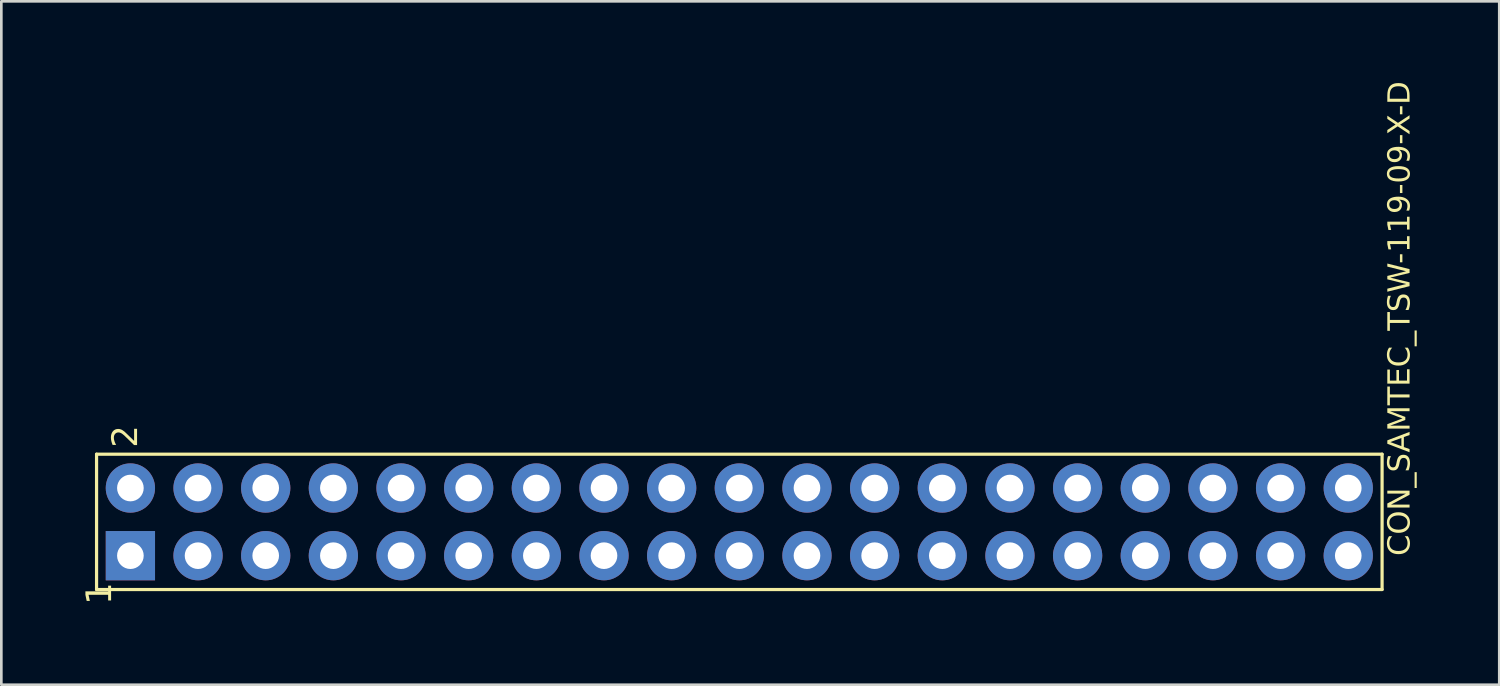
<source format=kicad_pcb>
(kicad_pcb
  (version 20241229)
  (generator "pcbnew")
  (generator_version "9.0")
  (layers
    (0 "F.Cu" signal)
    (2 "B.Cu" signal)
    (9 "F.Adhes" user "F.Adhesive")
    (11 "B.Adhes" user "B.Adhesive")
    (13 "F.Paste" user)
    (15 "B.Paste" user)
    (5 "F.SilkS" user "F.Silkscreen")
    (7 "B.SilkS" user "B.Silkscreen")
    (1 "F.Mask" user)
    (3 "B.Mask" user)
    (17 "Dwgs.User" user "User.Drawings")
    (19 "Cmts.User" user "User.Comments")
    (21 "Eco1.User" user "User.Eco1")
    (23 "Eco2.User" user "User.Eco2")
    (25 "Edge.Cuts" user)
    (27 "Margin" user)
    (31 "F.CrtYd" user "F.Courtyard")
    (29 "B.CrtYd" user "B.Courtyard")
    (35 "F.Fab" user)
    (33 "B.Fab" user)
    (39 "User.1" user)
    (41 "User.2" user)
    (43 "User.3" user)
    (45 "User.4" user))
  (footprint "CON_SAMTEC_TSW-119-09-X-D"
    (layer "F.Cu")
    (at 24.705 16.541)
    (property "Reference" "CON_SAMTEC_TSW-119-09-X-D" (at 25.301 1.277 90) (unlocked yes) (layer "F.SilkS") (effects (font (face "Arial") (size 0.819 0.819) (thickness 0.254)) (justify left bottom)))
    (fp_line (start -24.13 2.54) (end -24.13 -2.54) (stroke (width 0.12) (type solid)) (layer "F.SilkS"))
    (fp_line (start 24.13 -2.54) (end -24.13 -2.54) (stroke (width 0.12) (type solid)) (layer "F.SilkS"))
    (fp_line (start 24.13 2.54) (end -24.13 2.54) (stroke (width 0.12) (type solid)) (layer "F.SilkS"))
    (fp_line (start 24.13 2.54) (end 24.13 -2.54) (stroke (width 0.12) (type solid)) (layer "F.SilkS"))
    (fp_line (start -24.35 2.75) (end -24.35 -2.75) (stroke (width 0.01) (type solid)) (layer "Eco1.User"))
    (fp_line (start -24.13 2.54) (end -24.13 -2.54) (stroke (width 0.01) (type solid)) (layer "Eco1.User"))
    (fp_line (start -23.812 -0.318) (end -23.812 -2.223) (stroke (width 0.01) (type solid)) (layer "Eco1.User"))
    (fp_line (start -23.812 -0.318) (end -23.622 -0.508) (stroke (width 0.01) (type solid)) (layer "Eco1.User"))
    (fp_line (start -23.812 2.223) (end -23.812 0.318) (stroke (width 0.01) (type solid)) (layer "Eco1.User"))
    (fp_line (start -23.812 2.223) (end -23.622 2.032) (stroke (width 0.01) (type solid)) (layer "Eco1.User"))
    (fp_line (start -23.622 -2.032) (end -23.812 -2.223) (stroke (width 0.01) (type solid)) (layer "Eco1.User"))
    (fp_line (start -23.622 -0.508) (end -23.622 -2.032) (stroke (width 0.01) (type solid)) (layer "Eco1.User"))
    (fp_line (start -23.622 0.508) (end -23.812 0.318) (stroke (width 0.01) (type solid)) (layer "Eco1.User"))
    (fp_line (start -23.622 2.032) (end -23.622 0.508) (stroke (width 0.01) (type solid)) (layer "Eco1.User"))
    (fp_line (start -22.098 -2.032) (end -23.622 -2.032) (stroke (width 0.01) (type solid)) (layer "Eco1.User"))
    (fp_line (start -22.098 -2.032) (end -21.907 -2.223) (stroke (width 0.01) (type solid)) (layer "Eco1.User"))
    (fp_line (start -22.098 -0.508) (end -23.622 -0.508) (stroke (width 0.01) (type solid)) (layer "Eco1.User"))
    (fp_line (start -22.098 -0.508) (end -22.098 -2.032) (stroke (width 0.01) (type solid)) (layer "Eco1.User"))
    (fp_line (start -22.098 0.508) (end -23.622 0.508) (stroke (width 0.01) (type solid)) (layer "Eco1.User"))
    (fp_line (start -22.098 0.508) (end -21.907 0.318) (stroke (width 0.01) (type solid)) (layer "Eco1.User"))
    (fp_line (start -22.098 2.032) (end -23.622 2.032) (stroke (width 0.01) (type solid)) (layer "Eco1.User"))
    (fp_line (start -22.098 2.032) (end -22.098 0.508) (stroke (width 0.01) (type solid)) (layer "Eco1.User"))
    (fp_line (start -21.907 -2.223) (end -23.812 -2.223) (stroke (width 0.01) (type solid)) (layer "Eco1.User"))
    (fp_line (start -21.907 -0.318) (end -23.812 -0.318) (stroke (width 0.01) (type solid)) (layer "Eco1.User"))
    (fp_line (start -21.907 -0.318) (end -22.098 -0.508) (stroke (width 0.01) (type solid)) (layer "Eco1.User"))
    (fp_line (start -21.907 -0.318) (end -21.907 -2.223) (stroke (width 0.01) (type solid)) (layer "Eco1.User"))
    (fp_line (start -21.907 0.318) (end -23.812 0.318) (stroke (width 0.01) (type solid)) (layer "Eco1.User"))
    (fp_line (start -21.907 2.223) (end -23.812 2.223) (stroke (width 0.01) (type solid)) (layer "Eco1.User"))
    (fp_line (start -21.907 2.223) (end -22.098 2.032) (stroke (width 0.01) (type solid)) (layer "Eco1.User"))
    (fp_line (start -21.907 2.223) (end -21.907 0.318) (stroke (width 0.01) (type solid)) (layer "Eco1.User"))
    (fp_line (start -21.273 -0.318) (end -21.273 -2.223) (stroke (width 0.01) (type solid)) (layer "Eco1.User"))
    (fp_line (start -21.273 -0.318) (end -21.082 -0.508) (stroke (width 0.01) (type solid)) (layer "Eco1.User"))
    (fp_line (start -21.273 2.223) (end -21.273 0.318) (stroke (width 0.01) (type solid)) (layer "Eco1.User"))
    (fp_line (start -21.273 2.223) (end -21.082 2.032) (stroke (width 0.01) (type solid)) (layer "Eco1.User"))
    (fp_line (start -21.082 -2.032) (end -21.273 -2.223) (stroke (width 0.01) (type solid)) (layer "Eco1.User"))
    (fp_line (start -21.082 -0.508) (end -21.082 -2.032) (stroke (width 0.01) (type solid)) (layer "Eco1.User"))
    (fp_line (start -21.082 0.508) (end -21.273 0.318) (stroke (width 0.01) (type solid)) (layer "Eco1.User"))
    (fp_line (start -21.082 2.032) (end -21.082 0.508) (stroke (width 0.01) (type solid)) (layer "Eco1.User"))
    (fp_line (start -19.558 -2.032) (end -21.082 -2.032) (stroke (width 0.01) (type solid)) (layer "Eco1.User"))
    (fp_line (start -19.558 -2.032) (end -19.367 -2.223) (stroke (width 0.01) (type solid)) (layer "Eco1.User"))
    (fp_line (start -19.558 -0.508) (end -21.082 -0.508) (stroke (width 0.01) (type solid)) (layer "Eco1.User"))
    (fp_line (start -19.558 -0.508) (end -19.558 -2.032) (stroke (width 0.01) (type solid)) (layer "Eco1.User"))
    (fp_line (start -19.558 0.508) (end -21.082 0.508) (stroke (width 0.01) (type solid)) (layer "Eco1.User"))
    (fp_line (start -19.558 0.508) (end -19.367 0.318) (stroke (width 0.01) (type solid)) (layer "Eco1.User"))
    (fp_line (start -19.558 2.032) (end -21.082 2.032) (stroke (width 0.01) (type solid)) (layer "Eco1.User"))
    (fp_line (start -19.558 2.032) (end -19.558 0.508) (stroke (width 0.01) (type solid)) (layer "Eco1.User"))
    (fp_line (start -19.367 -2.223) (end -21.273 -2.223) (stroke (width 0.01) (type solid)) (layer "Eco1.User"))
    (fp_line (start -19.367 -0.318) (end -21.273 -0.318) (stroke (width 0.01) (type solid)) (layer "Eco1.User"))
    (fp_line (start -19.367 -0.318) (end -19.558 -0.508) (stroke (width 0.01) (type solid)) (layer "Eco1.User"))
    (fp_line (start -19.367 -0.318) (end -19.367 -2.223) (stroke (width 0.01) (type solid)) (layer "Eco1.User"))
    (fp_line (start -19.367 0.318) (end -21.273 0.318) (stroke (width 0.01) (type solid)) (layer "Eco1.User"))
    (fp_line (start -19.367 2.223) (end -21.273 2.223) (stroke (width 0.01) (type solid)) (layer "Eco1.User"))
    (fp_line (start -19.367 2.223) (end -19.558 2.032) (stroke (width 0.01) (type solid)) (layer "Eco1.User"))
    (fp_line (start -19.367 2.223) (end -19.367 0.318) (stroke (width 0.01) (type solid)) (layer "Eco1.User"))
    (fp_line (start -18.733 -0.318) (end -18.733 -2.223) (stroke (width 0.01) (type solid)) (layer "Eco1.User"))
    (fp_line (start -18.733 -0.318) (end -18.542 -0.508) (stroke (width 0.01) (type solid)) (layer "Eco1.User"))
    (fp_line (start -18.733 2.223) (end -18.733 0.318) (stroke (width 0.01) (type solid)) (layer "Eco1.User"))
    (fp_line (start -18.733 2.223) (end -18.542 2.032) (stroke (width 0.01) (type solid)) (layer "Eco1.User"))
    (fp_line (start -18.542 -2.032) (end -18.733 -2.223) (stroke (width 0.01) (type solid)) (layer "Eco1.User"))
    (fp_line (start -18.542 -0.508) (end -18.542 -2.032) (stroke (width 0.01) (type solid)) (layer "Eco1.User"))
    (fp_line (start -18.542 0.508) (end -18.733 0.318) (stroke (width 0.01) (type solid)) (layer "Eco1.User"))
    (fp_line (start -18.542 2.032) (end -18.542 0.508) (stroke (width 0.01) (type solid)) (layer "Eco1.User"))
    (fp_line (start -17.018 -2.032) (end -18.542 -2.032) (stroke (width 0.01) (type solid)) (layer "Eco1.User"))
    (fp_line (start -17.018 -2.032) (end -16.828 -2.223) (stroke (width 0.01) (type solid)) (layer "Eco1.User"))
    (fp_line (start -17.018 -0.508) (end -18.542 -0.508) (stroke (width 0.01) (type solid)) (layer "Eco1.User"))
    (fp_line (start -17.018 -0.508) (end -17.018 -2.032) (stroke (width 0.01) (type solid)) (layer "Eco1.User"))
    (fp_line (start -17.018 0.508) (end -18.542 0.508) (stroke (width 0.01) (type solid)) (layer "Eco1.User"))
    (fp_line (start -17.018 0.508) (end -16.828 0.318) (stroke (width 0.01) (type solid)) (layer "Eco1.User"))
    (fp_line (start -17.018 2.032) (end -18.542 2.032) (stroke (width 0.01) (type solid)) (layer "Eco1.User"))
    (fp_line (start -17.018 2.032) (end -17.018 0.508) (stroke (width 0.01) (type solid)) (layer "Eco1.User"))
    (fp_line (start -16.828 -2.223) (end -18.733 -2.223) (stroke (width 0.01) (type solid)) (layer "Eco1.User"))
    (fp_line (start -16.828 -0.318) (end -18.733 -0.318) (stroke (width 0.01) (type solid)) (layer "Eco1.User"))
    (fp_line (start -16.828 -0.318) (end -17.018 -0.508) (stroke (width 0.01) (type solid)) (layer "Eco1.User"))
    (fp_line (start -16.828 -0.318) (end -16.828 -2.223) (stroke (width 0.01) (type solid)) (layer "Eco1.User"))
    (fp_line (start -16.828 0.318) (end -18.733 0.318) (stroke (width 0.01) (type solid)) (layer "Eco1.User"))
    (fp_line (start -16.828 2.223) (end -18.733 2.223) (stroke (width 0.01) (type solid)) (layer "Eco1.User"))
    (fp_line (start -16.828 2.223) (end -17.018 2.032) (stroke (width 0.01) (type solid)) (layer "Eco1.User"))
    (fp_line (start -16.828 2.223) (end -16.828 0.318) (stroke (width 0.01) (type solid)) (layer "Eco1.User"))
    (fp_line (start -16.192 -0.318) (end -16.192 -2.223) (stroke (width 0.01) (type solid)) (layer "Eco1.User"))
    (fp_line (start -16.192 -0.318) (end -16.002 -0.508) (stroke (width 0.01) (type solid)) (layer "Eco1.User"))
    (fp_line (start -16.192 2.223) (end -16.192 0.318) (stroke (width 0.01) (type solid)) (layer "Eco1.User"))
    (fp_line (start -16.192 2.223) (end -16.002 2.032) (stroke (width 0.01) (type solid)) (layer "Eco1.User"))
    (fp_line (start -16.002 -2.032) (end -16.192 -2.223) (stroke (width 0.01) (type solid)) (layer "Eco1.User"))
    (fp_line (start -16.002 -0.508) (end -16.002 -2.032) (stroke (width 0.01) (type solid)) (layer "Eco1.User"))
    (fp_line (start -16.002 0.508) (end -16.192 0.318) (stroke (width 0.01) (type solid)) (layer "Eco1.User"))
    (fp_line (start -16.002 2.032) (end -16.002 0.508) (stroke (width 0.01) (type solid)) (layer "Eco1.User"))
    (fp_line (start -14.478 -2.032) (end -16.002 -2.032) (stroke (width 0.01) (type solid)) (layer "Eco1.User"))
    (fp_line (start -14.478 -2.032) (end -14.287 -2.223) (stroke (width 0.01) (type solid)) (layer "Eco1.User"))
    (fp_line (start -14.478 -0.508) (end -16.002 -0.508) (stroke (width 0.01) (type solid)) (layer "Eco1.User"))
    (fp_line (start -14.478 -0.508) (end -14.478 -2.032) (stroke (width 0.01) (type solid)) (layer "Eco1.User"))
    (fp_line (start -14.478 0.508) (end -16.002 0.508) (stroke (width 0.01) (type solid)) (layer "Eco1.User"))
    (fp_line (start -14.478 0.508) (end -14.287 0.318) (stroke (width 0.01) (type solid)) (layer "Eco1.User"))
    (fp_line (start -14.478 2.032) (end -16.002 2.032) (stroke (width 0.01) (type solid)) (layer "Eco1.User"))
    (fp_line (start -14.478 2.032) (end -14.478 0.508) (stroke (width 0.01) (type solid)) (layer "Eco1.User"))
    (fp_line (start -14.287 -2.223) (end -16.192 -2.223) (stroke (width 0.01) (type solid)) (layer "Eco1.User"))
    (fp_line (start -14.287 -0.318) (end -16.192 -0.318) (stroke (width 0.01) (type solid)) (layer "Eco1.User"))
    (fp_line (start -14.287 -0.318) (end -14.478 -0.508) (stroke (width 0.01) (type solid)) (layer "Eco1.User"))
    (fp_line (start -14.287 -0.318) (end -14.287 -2.223) (stroke (width 0.01) (type solid)) (layer "Eco1.User"))
    (fp_line (start -14.287 0.318) (end -16.192 0.318) (stroke (width 0.01) (type solid)) (layer "Eco1.User"))
    (fp_line (start -14.287 2.223) (end -16.192 2.223) (stroke (width 0.01) (type solid)) (layer "Eco1.User"))
    (fp_line (start -14.287 2.223) (end -14.478 2.032) (stroke (width 0.01) (type solid)) (layer "Eco1.User"))
    (fp_line (start -14.287 2.223) (end -14.287 0.318) (stroke (width 0.01) (type solid)) (layer "Eco1.User"))
    (fp_line (start -13.652 -0.318) (end -13.652 -2.223) (stroke (width 0.01) (type solid)) (layer "Eco1.User"))
    (fp_line (start -13.652 -0.318) (end -13.462 -0.508) (stroke (width 0.01) (type solid)) (layer "Eco1.User"))
    (fp_line (start -13.652 2.223) (end -13.652 0.318) (stroke (width 0.01) (type solid)) (layer "Eco1.User"))
    (fp_line (start -13.652 2.223) (end -13.462 2.032) (stroke (width 0.01) (type solid)) (layer "Eco1.User"))
    (fp_line (start -13.462 -2.032) (end -13.652 -2.223) (stroke (width 0.01) (type solid)) (layer "Eco1.User"))
    (fp_line (start -13.462 -0.508) (end -13.462 -2.032) (stroke (width 0.01) (type solid)) (layer "Eco1.User"))
    (fp_line (start -13.462 0.508) (end -13.652 0.318) (stroke (width 0.01) (type solid)) (layer "Eco1.User"))
    (fp_line (start -13.462 2.032) (end -13.462 0.508) (stroke (width 0.01) (type solid)) (layer "Eco1.User"))
    (fp_line (start -11.938 -2.032) (end -13.462 -2.032) (stroke (width 0.01) (type solid)) (layer "Eco1.User"))
    (fp_line (start -11.938 -2.032) (end -11.748 -2.223) (stroke (width 0.01) (type solid)) (layer "Eco1.User"))
    (fp_line (start -11.938 -0.508) (end -13.462 -0.508) (stroke (width 0.01) (type solid)) (layer "Eco1.User"))
    (fp_line (start -11.938 -0.508) (end -11.938 -2.032) (stroke (width 0.01) (type solid)) (layer "Eco1.User"))
    (fp_line (start -11.938 0.508) (end -13.462 0.508) (stroke (width 0.01) (type solid)) (layer "Eco1.User"))
    (fp_line (start -11.938 0.508) (end -11.748 0.318) (stroke (width 0.01) (type solid)) (layer "Eco1.User"))
    (fp_line (start -11.938 2.032) (end -13.462 2.032) (stroke (width 0.01) (type solid)) (layer "Eco1.User"))
    (fp_line (start -11.938 2.032) (end -11.938 0.508) (stroke (width 0.01) (type solid)) (layer "Eco1.User"))
    (fp_line (start -11.748 -2.223) (end -13.652 -2.223) (stroke (width 0.01) (type solid)) (layer "Eco1.User"))
    (fp_line (start -11.748 -0.318) (end -13.652 -0.318) (stroke (width 0.01) (type solid)) (layer "Eco1.User"))
    (fp_line (start -11.748 -0.318) (end -11.938 -0.508) (stroke (width 0.01) (type solid)) (layer "Eco1.User"))
    (fp_line (start -11.748 -0.318) (end -11.748 -2.223) (stroke (width 0.01) (type solid)) (layer "Eco1.User"))
    (fp_line (start -11.748 0.318) (end -13.652 0.318) (stroke (width 0.01) (type solid)) (layer "Eco1.User"))
    (fp_line (start -11.748 2.223) (end -13.652 2.223) (stroke (width 0.01) (type solid)) (layer "Eco1.User"))
    (fp_line (start -11.748 2.223) (end -11.938 2.032) (stroke (width 0.01) (type solid)) (layer "Eco1.User"))
    (fp_line (start -11.748 2.223) (end -11.748 0.318) (stroke (width 0.01) (type solid)) (layer "Eco1.User"))
    (fp_line (start -11.113 -0.318) (end -11.113 -2.223) (stroke (width 0.01) (type solid)) (layer "Eco1.User"))
    (fp_line (start -11.113 -0.318) (end -10.922 -0.508) (stroke (width 0.01) (type solid)) (layer "Eco1.User"))
    (fp_line (start -11.113 2.223) (end -11.113 0.318) (stroke (width 0.01) (type solid)) (layer "Eco1.User"))
    (fp_line (start -11.113 2.223) (end -10.922 2.032) (stroke (width 0.01) (type solid)) (layer "Eco1.User"))
    (fp_line (start -10.922 -2.032) (end -11.113 -2.223) (stroke (width 0.01) (type solid)) (layer "Eco1.User"))
    (fp_line (start -10.922 -0.508) (end -10.922 -2.032) (stroke (width 0.01) (type solid)) (layer "Eco1.User"))
    (fp_line (start -10.922 0.508) (end -11.113 0.318) (stroke (width 0.01) (type solid)) (layer "Eco1.User"))
    (fp_line (start -10.922 2.032) (end -10.922 0.508) (stroke (width 0.01) (type solid)) (layer "Eco1.User"))
    (fp_line (start -9.398 -2.032) (end -10.922 -2.032) (stroke (width 0.01) (type solid)) (layer "Eco1.User"))
    (fp_line (start -9.398 -2.032) (end -9.207 -2.223) (stroke (width 0.01) (type solid)) (layer "Eco1.User"))
    (fp_line (start -9.398 -0.508) (end -10.922 -0.508) (stroke (width 0.01) (type solid)) (layer "Eco1.User"))
    (fp_line (start -9.398 -0.508) (end -9.398 -2.032) (stroke (width 0.01) (type solid)) (layer "Eco1.User"))
    (fp_line (start -9.398 0.508) (end -10.922 0.508) (stroke (width 0.01) (type solid)) (layer "Eco1.User"))
    (fp_line (start -9.398 0.508) (end -9.207 0.318) (stroke (width 0.01) (type solid)) (layer "Eco1.User"))
    (fp_line (start -9.398 2.032) (end -10.922 2.032) (stroke (width 0.01) (type solid)) (layer "Eco1.User"))
    (fp_line (start -9.398 2.032) (end -9.398 0.508) (stroke (width 0.01) (type solid)) (layer "Eco1.User"))
    (fp_line (start -9.207 -2.223) (end -11.113 -2.223) (stroke (width 0.01) (type solid)) (layer "Eco1.User"))
    (fp_line (start -9.207 -0.318) (end -11.113 -0.318) (stroke (width 0.01) (type solid)) (layer "Eco1.User"))
    (fp_line (start -9.207 -0.318) (end -9.398 -0.508) (stroke (width 0.01) (type solid)) (layer "Eco1.User"))
    (fp_line (start -9.207 -0.318) (end -9.207 -2.223) (stroke (width 0.01) (type solid)) (layer "Eco1.User"))
    (fp_line (start -9.207 0.318) (end -11.113 0.318) (stroke (width 0.01) (type solid)) (layer "Eco1.User"))
    (fp_line (start -9.207 2.223) (end -11.113 2.223) (stroke (width 0.01) (type solid)) (layer "Eco1.User"))
    (fp_line (start -9.207 2.223) (end -9.398 2.032) (stroke (width 0.01) (type solid)) (layer "Eco1.User"))
    (fp_line (start -9.207 2.223) (end -9.207 0.318) (stroke (width 0.01) (type solid)) (layer "Eco1.User"))
    (fp_line (start -8.572 -0.318) (end -8.572 -2.223) (stroke (width 0.01) (type solid)) (layer "Eco1.User"))
    (fp_line (start -8.572 -0.318) (end -8.382 -0.508) (stroke (width 0.01) (type solid)) (layer "Eco1.User"))
    (fp_line (start -8.572 2.223) (end -8.572 0.318) (stroke (width 0.01) (type solid)) (layer "Eco1.User"))
    (fp_line (start -8.572 2.223) (end -8.382 2.032) (stroke (width 0.01) (type solid)) (layer "Eco1.User"))
    (fp_line (start -8.382 -2.032) (end -8.572 -2.223) (stroke (width 0.01) (type solid)) (layer "Eco1.User"))
    (fp_line (start -8.382 -0.508) (end -8.382 -2.032) (stroke (width 0.01) (type solid)) (layer "Eco1.User"))
    (fp_line (start -8.382 0.508) (end -8.572 0.318) (stroke (width 0.01) (type solid)) (layer "Eco1.User"))
    (fp_line (start -8.382 2.032) (end -8.382 0.508) (stroke (width 0.01) (type solid)) (layer "Eco1.User"))
    (fp_line (start -6.858 -2.032) (end -8.382 -2.032) (stroke (width 0.01) (type solid)) (layer "Eco1.User"))
    (fp_line (start -6.858 -2.032) (end -6.668 -2.223) (stroke (width 0.01) (type solid)) (layer "Eco1.User"))
    (fp_line (start -6.858 -0.508) (end -8.382 -0.508) (stroke (width 0.01) (type solid)) (layer "Eco1.User"))
    (fp_line (start -6.858 -0.508) (end -6.858 -2.032) (stroke (width 0.01) (type solid)) (layer "Eco1.User"))
    (fp_line (start -6.858 0.508) (end -8.382 0.508) (stroke (width 0.01) (type solid)) (layer "Eco1.User"))
    (fp_line (start -6.858 0.508) (end -6.668 0.318) (stroke (width 0.01) (type solid)) (layer "Eco1.User"))
    (fp_line (start -6.858 2.032) (end -8.382 2.032) (stroke (width 0.01) (type solid)) (layer "Eco1.User"))
    (fp_line (start -6.858 2.032) (end -6.858 0.508) (stroke (width 0.01) (type solid)) (layer "Eco1.User"))
    (fp_line (start -6.668 -2.223) (end -8.572 -2.223) (stroke (width 0.01) (type solid)) (layer "Eco1.User"))
    (fp_line (start -6.668 -0.318) (end -8.572 -0.318) (stroke (width 0.01) (type solid)) (layer "Eco1.User"))
    (fp_line (start -6.668 -0.318) (end -6.858 -0.508) (stroke (width 0.01) (type solid)) (layer "Eco1.User"))
    (fp_line (start -6.668 -0.318) (end -6.668 -2.223) (stroke (width 0.01) (type solid)) (layer "Eco1.User"))
    (fp_line (start -6.668 0.318) (end -8.572 0.318) (stroke (width 0.01) (type solid)) (layer "Eco1.User"))
    (fp_line (start -6.668 2.223) (end -8.572 2.223) (stroke (width 0.01) (type solid)) (layer "Eco1.User"))
    (fp_line (start -6.668 2.223) (end -6.858 2.032) (stroke (width 0.01) (type solid)) (layer "Eco1.User"))
    (fp_line (start -6.668 2.223) (end -6.668 0.318) (stroke (width 0.01) (type solid)) (layer "Eco1.User"))
    (fp_line (start -6.032 -0.318) (end -6.032 -2.223) (stroke (width 0.01) (type solid)) (layer "Eco1.User"))
    (fp_line (start -6.032 -0.318) (end -5.842 -0.508) (stroke (width 0.01) (type solid)) (layer "Eco1.User"))
    (fp_line (start -6.032 2.223) (end -6.032 0.318) (stroke (width 0.01) (type solid)) (layer "Eco1.User"))
    (fp_line (start -6.032 2.223) (end -5.842 2.032) (stroke (width 0.01) (type solid)) (layer "Eco1.User"))
    (fp_line (start -5.842 -2.032) (end -6.032 -2.223) (stroke (width 0.01) (type solid)) (layer "Eco1.User"))
    (fp_line (start -5.842 -0.508) (end -5.842 -2.032) (stroke (width 0.01) (type solid)) (layer "Eco1.User"))
    (fp_line (start -5.842 0.508) (end -6.032 0.318) (stroke (width 0.01) (type solid)) (layer "Eco1.User"))
    (fp_line (start -5.842 2.032) (end -5.842 0.508) (stroke (width 0.01) (type solid)) (layer "Eco1.User"))
    (fp_line (start -4.318 -2.032) (end -5.842 -2.032) (stroke (width 0.01) (type solid)) (layer "Eco1.User"))
    (fp_line (start -4.318 -2.032) (end -4.128 -2.223) (stroke (width 0.01) (type solid)) (layer "Eco1.User"))
    (fp_line (start -4.318 -0.508) (end -5.842 -0.508) (stroke (width 0.01) (type solid)) (layer "Eco1.User"))
    (fp_line (start -4.318 -0.508) (end -4.318 -2.032) (stroke (width 0.01) (type solid)) (layer "Eco1.User"))
    (fp_line (start -4.318 0.508) (end -5.842 0.508) (stroke (width 0.01) (type solid)) (layer "Eco1.User"))
    (fp_line (start -4.318 0.508) (end -4.128 0.318) (stroke (width 0.01) (type solid)) (layer "Eco1.User"))
    (fp_line (start -4.318 2.032) (end -5.842 2.032) (stroke (width 0.01) (type solid)) (layer "Eco1.User"))
    (fp_line (start -4.318 2.032) (end -4.318 0.508) (stroke (width 0.01) (type solid)) (layer "Eco1.User"))
    (fp_line (start -4.128 -2.223) (end -6.032 -2.223) (stroke (width 0.01) (type solid)) (layer "Eco1.User"))
    (fp_line (start -4.128 -0.318) (end -6.032 -0.318) (stroke (width 0.01) (type solid)) (layer "Eco1.User"))
    (fp_line (start -4.128 -0.318) (end -4.318 -0.508) (stroke (width 0.01) (type solid)) (layer "Eco1.User"))
    (fp_line (start -4.128 -0.318) (end -4.128 -2.223) (stroke (width 0.01) (type solid)) (layer "Eco1.User"))
    (fp_line (start -4.128 0.318) (end -6.032 0.318) (stroke (width 0.01) (type solid)) (layer "Eco1.User"))
    (fp_line (start -4.128 2.223) (end -6.032 2.223) (stroke (width 0.01) (type solid)) (layer "Eco1.User"))
    (fp_line (start -4.128 2.223) (end -4.318 2.032) (stroke (width 0.01) (type solid)) (layer "Eco1.User"))
    (fp_line (start -4.128 2.223) (end -4.128 0.318) (stroke (width 0.01) (type solid)) (layer "Eco1.User"))
    (fp_line (start -3.493 -0.318) (end -3.493 -2.223) (stroke (width 0.01) (type solid)) (layer "Eco1.User"))
    (fp_line (start -3.493 -0.318) (end -3.302 -0.508) (stroke (width 0.01) (type solid)) (layer "Eco1.User"))
    (fp_line (start -3.493 2.223) (end -3.493 0.318) (stroke (width 0.01) (type solid)) (layer "Eco1.User"))
    (fp_line (start -3.493 2.223) (end -3.302 2.032) (stroke (width 0.01) (type solid)) (layer "Eco1.User"))
    (fp_line (start -3.302 -2.032) (end -3.493 -2.223) (stroke (width 0.01) (type solid)) (layer "Eco1.User"))
    (fp_line (start -3.302 -0.508) (end -3.302 -2.032) (stroke (width 0.01) (type solid)) (layer "Eco1.User"))
    (fp_line (start -3.302 0.508) (end -3.493 0.318) (stroke (width 0.01) (type solid)) (layer "Eco1.User"))
    (fp_line (start -3.302 2.032) (end -3.302 0.508) (stroke (width 0.01) (type solid)) (layer "Eco1.User"))
    (fp_line (start -1.778 -2.032) (end -3.302 -2.032) (stroke (width 0.01) (type solid)) (layer "Eco1.User"))
    (fp_line (start -1.778 -2.032) (end -1.587 -2.223) (stroke (width 0.01) (type solid)) (layer "Eco1.User"))
    (fp_line (start -1.778 -0.508) (end -3.302 -0.508) (stroke (width 0.01) (type solid)) (layer "Eco1.User"))
    (fp_line (start -1.778 -0.508) (end -1.778 -2.032) (stroke (width 0.01) (type solid)) (layer "Eco1.User"))
    (fp_line (start -1.778 0.508) (end -3.302 0.508) (stroke (width 0.01) (type solid)) (layer "Eco1.User"))
    (fp_line (start -1.778 0.508) (end -1.587 0.318) (stroke (width 0.01) (type solid)) (layer "Eco1.User"))
    (fp_line (start -1.778 2.032) (end -3.302 2.032) (stroke (width 0.01) (type solid)) (layer "Eco1.User"))
    (fp_line (start -1.778 2.032) (end -1.778 0.508) (stroke (width 0.01) (type solid)) (layer "Eco1.User"))
    (fp_line (start -1.587 -2.223) (end -3.493 -2.223) (stroke (width 0.01) (type solid)) (layer "Eco1.User"))
    (fp_line (start -1.587 -0.318) (end -3.493 -0.318) (stroke (width 0.01) (type solid)) (layer "Eco1.User"))
    (fp_line (start -1.587 -0.318) (end -1.778 -0.508) (stroke (width 0.01) (type solid)) (layer "Eco1.User"))
    (fp_line (start -1.587 -0.318) (end -1.587 -2.223) (stroke (width 0.01) (type solid)) (layer "Eco1.User"))
    (fp_line (start -1.587 0.318) (end -3.493 0.318) (stroke (width 0.01) (type solid)) (layer "Eco1.User"))
    (fp_line (start -1.587 2.223) (end -3.493 2.223) (stroke (width 0.01) (type solid)) (layer "Eco1.User"))
    (fp_line (start -1.587 2.223) (end -1.778 2.032) (stroke (width 0.01) (type solid)) (layer "Eco1.User"))
    (fp_line (start -1.587 2.223) (end -1.587 0.318) (stroke (width 0.01) (type solid)) (layer "Eco1.User"))
    (fp_line (start -0.953 -0.318) (end -0.953 -2.223) (stroke (width 0.01) (type solid)) (layer "Eco1.User"))
    (fp_line (start -0.953 -0.318) (end -0.762 -0.508) (stroke (width 0.01) (type solid)) (layer "Eco1.User"))
    (fp_line (start -0.953 2.223) (end -0.953 0.318) (stroke (width 0.01) (type solid)) (layer "Eco1.User"))
    (fp_line (start -0.953 2.223) (end -0.762 2.032) (stroke (width 0.01) (type solid)) (layer "Eco1.User"))
    (fp_line (start -0.762 -2.032) (end -0.953 -2.223) (stroke (width 0.01) (type solid)) (layer "Eco1.User"))
    (fp_line (start -0.762 -0.508) (end -0.762 -2.032) (stroke (width 0.01) (type solid)) (layer "Eco1.User"))
    (fp_line (start -0.762 0.508) (end -0.953 0.318) (stroke (width 0.01) (type solid)) (layer "Eco1.User"))
    (fp_line (start -0.762 2.032) (end -0.762 0.508) (stroke (width 0.01) (type solid)) (layer "Eco1.User"))
    (fp_line (start 0.762 -2.032) (end -0.762 -2.032) (stroke (width 0.01) (type solid)) (layer "Eco1.User"))
    (fp_line (start 0.762 -2.032) (end 0.953 -2.223) (stroke (width 0.01) (type solid)) (layer "Eco1.User"))
    (fp_line (start 0.762 -0.508) (end -0.762 -0.508) (stroke (width 0.01) (type solid)) (layer "Eco1.User"))
    (fp_line (start 0.762 -0.508) (end 0.762 -2.032) (stroke (width 0.01) (type solid)) (layer "Eco1.User"))
    (fp_line (start 0.762 0.508) (end -0.762 0.508) (stroke (width 0.01) (type solid)) (layer "Eco1.User"))
    (fp_line (start 0.762 0.508) (end 0.953 0.318) (stroke (width 0.01) (type solid)) (layer "Eco1.User"))
    (fp_line (start 0.762 2.032) (end -0.762 2.032) (stroke (width 0.01) (type solid)) (layer "Eco1.User"))
    (fp_line (start 0.762 2.032) (end 0.762 0.508) (stroke (width 0.01) (type solid)) (layer "Eco1.User"))
    (fp_line (start 0.953 -2.223) (end -0.953 -2.223) (stroke (width 0.01) (type solid)) (layer "Eco1.User"))
    (fp_line (start 0.953 -0.318) (end -0.953 -0.318) (stroke (width 0.01) (type solid)) (layer "Eco1.User"))
    (fp_line (start 0.953 -0.318) (end 0.762 -0.508) (stroke (width 0.01) (type solid)) (layer "Eco1.User"))
    (fp_line (start 0.953 -0.318) (end 0.953 -2.223) (stroke (width 0.01) (type solid)) (layer "Eco1.User"))
    (fp_line (start 0.953 0.318) (end -0.953 0.318) (stroke (width 0.01) (type solid)) (layer "Eco1.User"))
    (fp_line (start 0.953 2.223) (end -0.953 2.223) (stroke (width 0.01) (type solid)) (layer "Eco1.User"))
    (fp_line (start 0.953 2.223) (end 0.762 2.032) (stroke (width 0.01) (type solid)) (layer "Eco1.User"))
    (fp_line (start 0.953 2.223) (end 0.953 0.318) (stroke (width 0.01) (type solid)) (layer "Eco1.User"))
    (fp_line (start 1.587 -0.318) (end 1.587 -2.223) (stroke (width 0.01) (type solid)) (layer "Eco1.User"))
    (fp_line (start 1.587 -0.318) (end 1.778 -0.508) (stroke (width 0.01) (type solid)) (layer "Eco1.User"))
    (fp_line (start 1.587 2.223) (end 1.587 0.318) (stroke (width 0.01) (type solid)) (layer "Eco1.User"))
    (fp_line (start 1.587 2.223) (end 1.778 2.032) (stroke (width 0.01) (type solid)) (layer "Eco1.User"))
    (fp_line (start 1.778 -2.032) (end 1.587 -2.223) (stroke (width 0.01) (type solid)) (layer "Eco1.User"))
    (fp_line (start 1.778 -0.508) (end 1.778 -2.032) (stroke (width 0.01) (type solid)) (layer "Eco1.User"))
    (fp_line (start 1.778 0.508) (end 1.587 0.318) (stroke (width 0.01) (type solid)) (layer "Eco1.User"))
    (fp_line (start 1.778 2.032) (end 1.778 0.508) (stroke (width 0.01) (type solid)) (layer "Eco1.User"))
    (fp_line (start 3.302 -2.032) (end 1.778 -2.032) (stroke (width 0.01) (type solid)) (layer "Eco1.User"))
    (fp_line (start 3.302 -2.032) (end 3.493 -2.223) (stroke (width 0.01) (type solid)) (layer "Eco1.User"))
    (fp_line (start 3.302 -0.508) (end 1.778 -0.508) (stroke (width 0.01) (type solid)) (layer "Eco1.User"))
    (fp_line (start 3.302 -0.508) (end 3.302 -2.032) (stroke (width 0.01) (type solid)) (layer "Eco1.User"))
    (fp_line (start 3.302 0.508) (end 1.778 0.508) (stroke (width 0.01) (type solid)) (layer "Eco1.User"))
    (fp_line (start 3.302 0.508) (end 3.493 0.318) (stroke (width 0.01) (type solid)) (layer "Eco1.User"))
    (fp_line (start 3.302 2.032) (end 1.778 2.032) (stroke (width 0.01) (type solid)) (layer "Eco1.User"))
    (fp_line (start 3.302 2.032) (end 3.302 0.508) (stroke (width 0.01) (type solid)) (layer "Eco1.User"))
    (fp_line (start 3.493 -2.223) (end 1.587 -2.223) (stroke (width 0.01) (type solid)) (layer "Eco1.User"))
    (fp_line (start 3.493 -0.318) (end 1.587 -0.318) (stroke (width 0.01) (type solid)) (layer "Eco1.User"))
    (fp_line (start 3.493 -0.318) (end 3.302 -0.508) (stroke (width 0.01) (type solid)) (layer "Eco1.User"))
    (fp_line (start 3.493 -0.318) (end 3.493 -2.223) (stroke (width 0.01) (type solid)) (layer "Eco1.User"))
    (fp_line (start 3.493 0.318) (end 1.587 0.318) (stroke (width 0.01) (type solid)) (layer "Eco1.User"))
    (fp_line (start 3.493 2.223) (end 1.587 2.223) (stroke (width 0.01) (type solid)) (layer "Eco1.User"))
    (fp_line (start 3.493 2.223) (end 3.302 2.032) (stroke (width 0.01) (type solid)) (layer "Eco1.User"))
    (fp_line (start 3.493 2.223) (end 3.493 0.318) (stroke (width 0.01) (type solid)) (layer "Eco1.User"))
    (fp_line (start 4.128 -0.318) (end 4.128 -2.223) (stroke (width 0.01) (type solid)) (layer "Eco1.User"))
    (fp_line (start 4.128 -0.318) (end 4.318 -0.508) (stroke (width 0.01) (type solid)) (layer "Eco1.User"))
    (fp_line (start 4.128 2.223) (end 4.128 0.318) (stroke (width 0.01) (type solid)) (layer "Eco1.User"))
    (fp_line (start 4.128 2.223) (end 4.318 2.032) (stroke (width 0.01) (type solid)) (layer "Eco1.User"))
    (fp_line (start 4.318 -2.032) (end 4.128 -2.223) (stroke (width 0.01) (type solid)) (layer "Eco1.User"))
    (fp_line (start 4.318 -0.508) (end 4.318 -2.032) (stroke (width 0.01) (type solid)) (layer "Eco1.User"))
    (fp_line (start 4.318 0.508) (end 4.128 0.318) (stroke (width 0.01) (type solid)) (layer "Eco1.User"))
    (fp_line (start 4.318 2.032) (end 4.318 0.508) (stroke (width 0.01) (type solid)) (layer "Eco1.User"))
    (fp_line (start 5.842 -2.032) (end 4.318 -2.032) (stroke (width 0.01) (type solid)) (layer "Eco1.User"))
    (fp_line (start 5.842 -2.032) (end 6.032 -2.223) (stroke (width 0.01) (type solid)) (layer "Eco1.User"))
    (fp_line (start 5.842 -0.508) (end 4.318 -0.508) (stroke (width 0.01) (type solid)) (layer "Eco1.User"))
    (fp_line (start 5.842 -0.508) (end 5.842 -2.032) (stroke (width 0.01) (type solid)) (layer "Eco1.User"))
    (fp_line (start 5.842 0.508) (end 4.318 0.508) (stroke (width 0.01) (type solid)) (layer "Eco1.User"))
    (fp_line (start 5.842 0.508) (end 6.032 0.318) (stroke (width 0.01) (type solid)) (layer "Eco1.User"))
    (fp_line (start 5.842 2.032) (end 4.318 2.032) (stroke (width 0.01) (type solid)) (layer "Eco1.User"))
    (fp_line (start 5.842 2.032) (end 5.842 0.508) (stroke (width 0.01) (type solid)) (layer "Eco1.User"))
    (fp_line (start 6.032 -2.223) (end 4.128 -2.223) (stroke (width 0.01) (type solid)) (layer "Eco1.User"))
    (fp_line (start 6.032 -0.318) (end 4.128 -0.318) (stroke (width 0.01) (type solid)) (layer "Eco1.User"))
    (fp_line (start 6.032 -0.318) (end 5.842 -0.508) (stroke (width 0.01) (type solid)) (layer "Eco1.User"))
    (fp_line (start 6.032 -0.318) (end 6.032 -2.223) (stroke (width 0.01) (type solid)) (layer "Eco1.User"))
    (fp_line (start 6.032 0.318) (end 4.128 0.318) (stroke (width 0.01) (type solid)) (layer "Eco1.User"))
    (fp_line (start 6.032 2.223) (end 4.128 2.223) (stroke (width 0.01) (type solid)) (layer "Eco1.User"))
    (fp_line (start 6.032 2.223) (end 5.842 2.032) (stroke (width 0.01) (type solid)) (layer "Eco1.User"))
    (fp_line (start 6.032 2.223) (end 6.032 0.318) (stroke (width 0.01) (type solid)) (layer "Eco1.User"))
    (fp_line (start 6.668 -0.318) (end 6.668 -2.223) (stroke (width 0.01) (type solid)) (layer "Eco1.User"))
    (fp_line (start 6.668 -0.318) (end 6.858 -0.508) (stroke (width 0.01) (type solid)) (layer "Eco1.User"))
    (fp_line (start 6.668 2.223) (end 6.668 0.318) (stroke (width 0.01) (type solid)) (layer "Eco1.User"))
    (fp_line (start 6.668 2.223) (end 6.858 2.032) (stroke (width 0.01) (type solid)) (layer "Eco1.User"))
    (fp_line (start 6.858 -2.032) (end 6.668 -2.223) (stroke (width 0.01) (type solid)) (layer "Eco1.User"))
    (fp_line (start 6.858 -0.508) (end 6.858 -2.032) (stroke (width 0.01) (type solid)) (layer "Eco1.User"))
    (fp_line (start 6.858 0.508) (end 6.668 0.318) (stroke (width 0.01) (type solid)) (layer "Eco1.User"))
    (fp_line (start 6.858 2.032) (end 6.858 0.508) (stroke (width 0.01) (type solid)) (layer "Eco1.User"))
    (fp_line (start 8.382 -2.032) (end 6.858 -2.032) (stroke (width 0.01) (type solid)) (layer "Eco1.User"))
    (fp_line (start 8.382 -2.032) (end 8.572 -2.223) (stroke (width 0.01) (type solid)) (layer "Eco1.User"))
    (fp_line (start 8.382 -0.508) (end 6.858 -0.508) (stroke (width 0.01) (type solid)) (layer "Eco1.User"))
    (fp_line (start 8.382 -0.508) (end 8.382 -2.032) (stroke (width 0.01) (type solid)) (layer "Eco1.User"))
    (fp_line (start 8.382 0.508) (end 6.858 0.508) (stroke (width 0.01) (type solid)) (layer "Eco1.User"))
    (fp_line (start 8.382 0.508) (end 8.572 0.318) (stroke (width 0.01) (type solid)) (layer "Eco1.User"))
    (fp_line (start 8.382 2.032) (end 6.858 2.032) (stroke (width 0.01) (type solid)) (layer "Eco1.User"))
    (fp_line (start 8.382 2.032) (end 8.382 0.508) (stroke (width 0.01) (type solid)) (layer "Eco1.User"))
    (fp_line (start 8.572 -2.223) (end 6.668 -2.223) (stroke (width 0.01) (type solid)) (layer "Eco1.User"))
    (fp_line (start 8.572 -0.318) (end 6.668 -0.318) (stroke (width 0.01) (type solid)) (layer "Eco1.User"))
    (fp_line (start 8.572 -0.318) (end 8.382 -0.508) (stroke (width 0.01) (type solid)) (layer "Eco1.User"))
    (fp_line (start 8.572 -0.318) (end 8.572 -2.223) (stroke (width 0.01) (type solid)) (layer "Eco1.User"))
    (fp_line (start 8.572 0.318) (end 6.668 0.318) (stroke (width 0.01) (type solid)) (layer "Eco1.User"))
    (fp_line (start 8.572 2.223) (end 6.668 2.223) (stroke (width 0.01) (type solid)) (layer "Eco1.User"))
    (fp_line (start 8.572 2.223) (end 8.382 2.032) (stroke (width 0.01) (type solid)) (layer "Eco1.User"))
    (fp_line (start 8.572 2.223) (end 8.572 0.318) (stroke (width 0.01) (type solid)) (layer "Eco1.User"))
    (fp_line (start 9.207 -0.318) (end 9.207 -2.223) (stroke (width 0.01) (type solid)) (layer "Eco1.User"))
    (fp_line (start 9.207 -0.318) (end 9.398 -0.508) (stroke (width 0.01) (type solid)) (layer "Eco1.User"))
    (fp_line (start 9.207 2.223) (end 9.207 0.318) (stroke (width 0.01) (type solid)) (layer "Eco1.User"))
    (fp_line (start 9.207 2.223) (end 9.398 2.032) (stroke (width 0.01) (type solid)) (layer "Eco1.User"))
    (fp_line (start 9.398 -2.032) (end 9.207 -2.223) (stroke (width 0.01) (type solid)) (layer "Eco1.User"))
    (fp_line (start 9.398 -0.508) (end 9.398 -2.032) (stroke (width 0.01) (type solid)) (layer "Eco1.User"))
    (fp_line (start 9.398 0.508) (end 9.207 0.318) (stroke (width 0.01) (type solid)) (layer "Eco1.User"))
    (fp_line (start 9.398 2.032) (end 9.398 0.508) (stroke (width 0.01) (type solid)) (layer "Eco1.User"))
    (fp_line (start 10.922 -2.032) (end 9.398 -2.032) (stroke (width 0.01) (type solid)) (layer "Eco1.User"))
    (fp_line (start 10.922 -2.032) (end 11.113 -2.223) (stroke (width 0.01) (type solid)) (layer "Eco1.User"))
    (fp_line (start 10.922 -0.508) (end 9.398 -0.508) (stroke (width 0.01) (type solid)) (layer "Eco1.User"))
    (fp_line (start 10.922 -0.508) (end 10.922 -2.032) (stroke (width 0.01) (type solid)) (layer "Eco1.User"))
    (fp_line (start 10.922 0.508) (end 9.398 0.508) (stroke (width 0.01) (type solid)) (layer "Eco1.User"))
    (fp_line (start 10.922 0.508) (end 11.113 0.318) (stroke (width 0.01) (type solid)) (layer "Eco1.User"))
    (fp_line (start 10.922 2.032) (end 9.398 2.032) (stroke (width 0.01) (type solid)) (layer "Eco1.User"))
    (fp_line (start 10.922 2.032) (end 10.922 0.508) (stroke (width 0.01) (type solid)) (layer "Eco1.User"))
    (fp_line (start 11.113 -2.223) (end 9.207 -2.223) (stroke (width 0.01) (type solid)) (layer "Eco1.User"))
    (fp_line (start 11.113 -0.318) (end 9.207 -0.318) (stroke (width 0.01) (type solid)) (layer "Eco1.User"))
    (fp_line (start 11.113 -0.318) (end 10.922 -0.508) (stroke (width 0.01) (type solid)) (layer "Eco1.User"))
    (fp_line (start 11.113 -0.318) (end 11.113 -2.223) (stroke (width 0.01) (type solid)) (layer "Eco1.User"))
    (fp_line (start 11.113 0.318) (end 9.207 0.318) (stroke (width 0.01) (type solid)) (layer "Eco1.User"))
    (fp_line (start 11.113 2.223) (end 9.207 2.223) (stroke (width 0.01) (type solid)) (layer "Eco1.User"))
    (fp_line (start 11.113 2.223) (end 10.922 2.032) (stroke (width 0.01) (type solid)) (layer "Eco1.User"))
    (fp_line (start 11.113 2.223) (end 11.113 0.318) (stroke (width 0.01) (type solid)) (layer "Eco1.User"))
    (fp_line (start 11.748 -0.318) (end 11.748 -2.223) (stroke (width 0.01) (type solid)) (layer "Eco1.User"))
    (fp_line (start 11.748 -0.318) (end 11.938 -0.508) (stroke (width 0.01) (type solid)) (layer "Eco1.User"))
    (fp_line (start 11.748 2.223) (end 11.748 0.318) (stroke (width 0.01) (type solid)) (layer "Eco1.User"))
    (fp_line (start 11.748 2.223) (end 11.938 2.032) (stroke (width 0.01) (type solid)) (layer "Eco1.User"))
    (fp_line (start 11.938 -2.032) (end 11.748 -2.223) (stroke (width 0.01) (type solid)) (layer "Eco1.User"))
    (fp_line (start 11.938 -0.508) (end 11.938 -2.032) (stroke (width 0.01) (type solid)) (layer "Eco1.User"))
    (fp_line (start 11.938 0.508) (end 11.748 0.318) (stroke (width 0.01) (type solid)) (layer "Eco1.User"))
    (fp_line (start 11.938 2.032) (end 11.938 0.508) (stroke (width 0.01) (type solid)) (layer "Eco1.User"))
    (fp_line (start 13.462 -2.032) (end 11.938 -2.032) (stroke (width 0.01) (type solid)) (layer "Eco1.User"))
    (fp_line (start 13.462 -2.032) (end 13.652 -2.223) (stroke (width 0.01) (type solid)) (layer "Eco1.User"))
    (fp_line (start 13.462 -0.508) (end 11.938 -0.508) (stroke (width 0.01) (type solid)) (layer "Eco1.User"))
    (fp_line (start 13.462 -0.508) (end 13.462 -2.032) (stroke (width 0.01) (type solid)) (layer "Eco1.User"))
    (fp_line (start 13.462 0.508) (end 11.938 0.508) (stroke (width 0.01) (type solid)) (layer "Eco1.User"))
    (fp_line (start 13.462 0.508) (end 13.652 0.318) (stroke (width 0.01) (type solid)) (layer "Eco1.User"))
    (fp_line (start 13.462 2.032) (end 11.938 2.032) (stroke (width 0.01) (type solid)) (layer "Eco1.User"))
    (fp_line (start 13.462 2.032) (end 13.462 0.508) (stroke (width 0.01) (type solid)) (layer "Eco1.User"))
    (fp_line (start 13.652 -2.223) (end 11.748 -2.223) (stroke (width 0.01) (type solid)) (layer "Eco1.User"))
    (fp_line (start 13.652 -0.318) (end 11.748 -0.318) (stroke (width 0.01) (type solid)) (layer "Eco1.User"))
    (fp_line (start 13.652 -0.318) (end 13.462 -0.508) (stroke (width 0.01) (type solid)) (layer "Eco1.User"))
    (fp_line (start 13.652 -0.318) (end 13.652 -2.223) (stroke (width 0.01) (type solid)) (layer "Eco1.User"))
    (fp_line (start 13.652 0.318) (end 11.748 0.318) (stroke (width 0.01) (type solid)) (layer "Eco1.User"))
    (fp_line (start 13.652 2.223) (end 11.748 2.223) (stroke (width 0.01) (type solid)) (layer "Eco1.User"))
    (fp_line (start 13.652 2.223) (end 13.462 2.032) (stroke (width 0.01) (type solid)) (layer "Eco1.User"))
    (fp_line (start 13.652 2.223) (end 13.652 0.318) (stroke (width 0.01) (type solid)) (layer "Eco1.User"))
    (fp_line (start 14.287 -0.318) (end 14.287 -2.223) (stroke (width 0.01) (type solid)) (layer "Eco1.User"))
    (fp_line (start 14.287 -0.318) (end 14.478 -0.508) (stroke (width 0.01) (type solid)) (layer "Eco1.User"))
    (fp_line (start 14.287 2.223) (end 14.287 0.318) (stroke (width 0.01) (type solid)) (layer "Eco1.User"))
    (fp_line (start 14.287 2.223) (end 14.478 2.032) (stroke (width 0.01) (type solid)) (layer "Eco1.User"))
    (fp_line (start 14.478 -2.032) (end 14.287 -2.223) (stroke (width 0.01) (type solid)) (layer "Eco1.User"))
    (fp_line (start 14.478 -0.508) (end 14.478 -2.032) (stroke (width 0.01) (type solid)) (layer "Eco1.User"))
    (fp_line (start 14.478 0.508) (end 14.287 0.318) (stroke (width 0.01) (type solid)) (layer "Eco1.User"))
    (fp_line (start 14.478 2.032) (end 14.478 0.508) (stroke (width 0.01) (type solid)) (layer "Eco1.User"))
    (fp_line (start 16.002 -2.032) (end 14.478 -2.032) (stroke (width 0.01) (type solid)) (layer "Eco1.User"))
    (fp_line (start 16.002 -2.032) (end 16.192 -2.223) (stroke (width 0.01) (type solid)) (layer "Eco1.User"))
    (fp_line (start 16.002 -0.508) (end 14.478 -0.508) (stroke (width 0.01) (type solid)) (layer "Eco1.User"))
    (fp_line (start 16.002 -0.508) (end 16.002 -2.032) (stroke (width 0.01) (type solid)) (layer "Eco1.User"))
    (fp_line (start 16.002 0.508) (end 14.478 0.508) (stroke (width 0.01) (type solid)) (layer "Eco1.User"))
    (fp_line (start 16.002 0.508) (end 16.192 0.318) (stroke (width 0.01) (type solid)) (layer "Eco1.User"))
    (fp_line (start 16.002 2.032) (end 14.478 2.032) (stroke (width 0.01) (type solid)) (layer "Eco1.User"))
    (fp_line (start 16.002 2.032) (end 16.002 0.508) (stroke (width 0.01) (type solid)) (layer "Eco1.User"))
    (fp_line (start 16.192 -2.223) (end 14.287 -2.223) (stroke (width 0.01) (type solid)) (layer "Eco1.User"))
    (fp_line (start 16.192 -0.318) (end 14.287 -0.318) (stroke (width 0.01) (type solid)) (layer "Eco1.User"))
    (fp_line (start 16.192 -0.318) (end 16.002 -0.508) (stroke (width 0.01) (type solid)) (layer "Eco1.User"))
    (fp_line (start 16.192 -0.318) (end 16.192 -2.223) (stroke (width 0.01) (type solid)) (layer "Eco1.User"))
    (fp_line (start 16.192 0.318) (end 14.287 0.318) (stroke (width 0.01) (type solid)) (layer "Eco1.User"))
    (fp_line (start 16.192 2.223) (end 14.287 2.223) (stroke (width 0.01) (type solid)) (layer "Eco1.User"))
    (fp_line (start 16.192 2.223) (end 16.002 2.032) (stroke (width 0.01) (type solid)) (layer "Eco1.User"))
    (fp_line (start 16.192 2.223) (end 16.192 0.318) (stroke (width 0.01) (type solid)) (layer "Eco1.User"))
    (fp_line (start 16.828 -0.318) (end 16.828 -2.223) (stroke (width 0.01) (type solid)) (layer "Eco1.User"))
    (fp_line (start 16.828 -0.318) (end 17.018 -0.508) (stroke (width 0.01) (type solid)) (layer "Eco1.User"))
    (fp_line (start 16.828 2.223) (end 16.828 0.318) (stroke (width 0.01) (type solid)) (layer "Eco1.User"))
    (fp_line (start 16.828 2.223) (end 17.018 2.032) (stroke (width 0.01) (type solid)) (layer "Eco1.User"))
    (fp_line (start 17.018 -2.032) (end 16.828 -2.223) (stroke (width 0.01) (type solid)) (layer "Eco1.User"))
    (fp_line (start 17.018 -0.508) (end 17.018 -2.032) (stroke (width 0.01) (type solid)) (layer "Eco1.User"))
    (fp_line (start 17.018 0.508) (end 16.828 0.318) (stroke (width 0.01) (type solid)) (layer "Eco1.User"))
    (fp_line (start 17.018 2.032) (end 17.018 0.508) (stroke (width 0.01) (type solid)) (layer "Eco1.User"))
    (fp_line (start 18.542 -2.032) (end 17.018 -2.032) (stroke (width 0.01) (type solid)) (layer "Eco1.User"))
    (fp_line (start 18.542 -2.032) (end 18.733 -2.223) (stroke (width 0.01) (type solid)) (layer "Eco1.User"))
    (fp_line (start 18.542 -0.508) (end 17.018 -0.508) (stroke (width 0.01) (type solid)) (layer "Eco1.User"))
    (fp_line (start 18.542 -0.508) (end 18.542 -2.032) (stroke (width 0.01) (type solid)) (layer "Eco1.User"))
    (fp_line (start 18.542 0.508) (end 17.018 0.508) (stroke (width 0.01) (type solid)) (layer "Eco1.User"))
    (fp_line (start 18.542 0.508) (end 18.733 0.318) (stroke (width 0.01) (type solid)) (layer "Eco1.User"))
    (fp_line (start 18.542 2.032) (end 17.018 2.032) (stroke (width 0.01) (type solid)) (layer "Eco1.User"))
    (fp_line (start 18.542 2.032) (end 18.542 0.508) (stroke (width 0.01) (type solid)) (layer "Eco1.User"))
    (fp_line (start 18.733 -2.223) (end 16.828 -2.223) (stroke (width 0.01) (type solid)) (layer "Eco1.User"))
    (fp_line (start 18.733 -0.318) (end 16.828 -0.318) (stroke (width 0.01) (type solid)) (layer "Eco1.User"))
    (fp_line (start 18.733 -0.318) (end 18.542 -0.508) (stroke (width 0.01) (type solid)) (layer "Eco1.User"))
    (fp_line (start 18.733 -0.318) (end 18.733 -2.223) (stroke (width 0.01) (type solid)) (layer "Eco1.User"))
    (fp_line (start 18.733 0.318) (end 16.828 0.318) (stroke (width 0.01) (type solid)) (layer "Eco1.User"))
    (fp_line (start 18.733 2.223) (end 16.828 2.223) (stroke (width 0.01) (type solid)) (layer "Eco1.User"))
    (fp_line (start 18.733 2.223) (end 18.542 2.032) (stroke (width 0.01) (type solid)) (layer "Eco1.User"))
    (fp_line (start 18.733 2.223) (end 18.733 0.318) (stroke (width 0.01) (type solid)) (layer "Eco1.User"))
    (fp_line (start 19.367 -0.318) (end 19.367 -2.223) (stroke (width 0.01) (type solid)) (layer "Eco1.User"))
    (fp_line (start 19.367 -0.318) (end 19.558 -0.508) (stroke (width 0.01) (type solid)) (layer "Eco1.User"))
    (fp_line (start 19.367 2.223) (end 19.367 0.318) (stroke (width 0.01) (type solid)) (layer "Eco1.User"))
    (fp_line (start 19.367 2.223) (end 19.558 2.032) (stroke (width 0.01) (type solid)) (layer "Eco1.User"))
    (fp_line (start 19.558 -2.032) (end 19.367 -2.223) (stroke (width 0.01) (type solid)) (layer "Eco1.User"))
    (fp_line (start 19.558 -0.508) (end 19.558 -2.032) (stroke (width 0.01) (type solid)) (layer "Eco1.User"))
    (fp_line (start 19.558 0.508) (end 19.367 0.318) (stroke (width 0.01) (type solid)) (layer "Eco1.User"))
    (fp_line (start 19.558 2.032) (end 19.558 0.508) (stroke (width 0.01) (type solid)) (layer "Eco1.User"))
    (fp_line (start 21.082 -2.032) (end 19.558 -2.032) (stroke (width 0.01) (type solid)) (layer "Eco1.User"))
    (fp_line (start 21.082 -2.032) (end 21.273 -2.223) (stroke (width 0.01) (type solid)) (layer "Eco1.User"))
    (fp_line (start 21.082 -0.508) (end 19.558 -0.508) (stroke (width 0.01) (type solid)) (layer "Eco1.User"))
    (fp_line (start 21.082 -0.508) (end 21.082 -2.032) (stroke (width 0.01) (type solid)) (layer "Eco1.User"))
    (fp_line (start 21.082 0.508) (end 19.558 0.508) (stroke (width 0.01) (type solid)) (layer "Eco1.User"))
    (fp_line (start 21.082 0.508) (end 21.273 0.318) (stroke (width 0.01) (type solid)) (layer "Eco1.User"))
    (fp_line (start 21.082 2.032) (end 19.558 2.032) (stroke (width 0.01) (type solid)) (layer "Eco1.User"))
    (fp_line (start 21.082 2.032) (end 21.082 0.508) (stroke (width 0.01) (type solid)) (layer "Eco1.User"))
    (fp_line (start 21.273 -2.223) (end 19.367 -2.223) (stroke (width 0.01) (type solid)) (layer "Eco1.User"))
    (fp_line (start 21.273 -0.318) (end 19.367 -0.318) (stroke (width 0.01) (type solid)) (layer "Eco1.User"))
    (fp_line (start 21.273 -0.318) (end 21.082 -0.508) (stroke (width 0.01) (type solid)) (layer "Eco1.User"))
    (fp_line (start 21.273 -0.318) (end 21.273 -2.223) (stroke (width 0.01) (type solid)) (layer "Eco1.User"))
    (fp_line (start 21.273 0.318) (end 19.367 0.318) (stroke (width 0.01) (type solid)) (layer "Eco1.User"))
    (fp_line (start 21.273 2.223) (end 19.367 2.223) (stroke (width 0.01) (type solid)) (layer "Eco1.User"))
    (fp_line (start 21.273 2.223) (end 21.082 2.032) (stroke (width 0.01) (type solid)) (layer "Eco1.User"))
    (fp_line (start 21.273 2.223) (end 21.273 0.318) (stroke (width 0.01) (type solid)) (layer "Eco1.User"))
    (fp_line (start 21.907 -0.318) (end 21.907 -2.223) (stroke (width 0.01) (type solid)) (layer "Eco1.User"))
    (fp_line (start 21.907 -0.318) (end 22.098 -0.508) (stroke (width 0.01) (type solid)) (layer "Eco1.User"))
    (fp_line (start 21.907 2.223) (end 21.907 0.318) (stroke (width 0.01) (type solid)) (layer "Eco1.User"))
    (fp_line (start 21.907 2.223) (end 22.098 2.032) (stroke (width 0.01) (type solid)) (layer "Eco1.User"))
    (fp_line (start 22.098 -2.032) (end 21.907 -2.223) (stroke (width 0.01) (type solid)) (layer "Eco1.User"))
    (fp_line (start 22.098 -0.508) (end 22.098 -2.032) (stroke (width 0.01) (type solid)) (layer "Eco1.User"))
    (fp_line (start 22.098 0.508) (end 21.907 0.318) (stroke (width 0.01) (type solid)) (layer "Eco1.User"))
    (fp_line (start 22.098 2.032) (end 22.098 0.508) (stroke (width 0.01) (type solid)) (layer "Eco1.User"))
    (fp_line (start 23.622 -2.032) (end 22.098 -2.032) (stroke (width 0.01) (type solid)) (layer "Eco1.User"))
    (fp_line (start 23.622 -2.032) (end 23.812 -2.223) (stroke (width 0.01) (type solid)) (layer "Eco1.User"))
    (fp_line (start 23.622 -0.508) (end 22.098 -0.508) (stroke (width 0.01) (type solid)) (layer "Eco1.User"))
    (fp_line (start 23.622 -0.508) (end 23.622 -2.032) (stroke (width 0.01) (type solid)) (layer "Eco1.User"))
    (fp_line (start 23.622 0.508) (end 22.098 0.508) (stroke (width 0.01) (type solid)) (layer "Eco1.User"))
    (fp_line (start 23.622 0.508) (end 23.812 0.318) (stroke (width 0.01) (type solid)) (layer "Eco1.User"))
    (fp_line (start 23.622 2.032) (end 22.098 2.032) (stroke (width 0.01) (type solid)) (layer "Eco1.User"))
    (fp_line (start 23.622 2.032) (end 23.622 0.508) (stroke (width 0.01) (type solid)) (layer "Eco1.User"))
    (fp_line (start 23.812 -2.223) (end 21.907 -2.223) (stroke (width 0.01) (type solid)) (layer "Eco1.User"))
    (fp_line (start 23.812 -0.318) (end 21.907 -0.318) (stroke (width 0.01) (type solid)) (layer "Eco1.User"))
    (fp_line (start 23.812 -0.318) (end 23.622 -0.508) (stroke (width 0.01) (type solid)) (layer "Eco1.User"))
    (fp_line (start 23.812 -0.318) (end 23.812 -2.223) (stroke (width 0.01) (type solid)) (layer "Eco1.User"))
    (fp_line (start 23.812 0.318) (end 21.907 0.318) (stroke (width 0.01) (type solid)) (layer "Eco1.User"))
    (fp_line (start 23.812 2.223) (end 21.907 2.223) (stroke (width 0.01) (type solid)) (layer "Eco1.User"))
    (fp_line (start 23.812 2.223) (end 23.622 2.032) (stroke (width 0.01) (type solid)) (layer "Eco1.User"))
    (fp_line (start 23.812 2.223) (end 23.812 0.318) (stroke (width 0.01) (type solid)) (layer "Eco1.User"))
    (fp_line (start 24.13 -2.54) (end -24.13 -2.54) (stroke (width 0.01) (type solid)) (layer "Eco1.User"))
    (fp_line (start 24.13 2.54) (end -24.13 2.54) (stroke (width 0.01) (type solid)) (layer "Eco1.User"))
    (fp_line (start 24.13 2.54) (end 24.13 -2.54) (stroke (width 0.01) (type solid)) (layer "Eco1.User"))
    (fp_line (start 24.35 -2.75) (end -24.35 -2.75) (stroke (width 0.01) (type solid)) (layer "Eco1.User"))
    (fp_line (start 24.35 2.75) (end -24.35 2.75) (stroke (width 0.01) (type solid)) (layer "Eco1.User"))
    (fp_line (start 24.35 2.75) (end 24.35 -2.75) (stroke (width 0.01) (type solid)) (layer "Eco1.User"))
    (fp_text user "2" (at -22.449 -2.785 90) (unlocked yes) (layer "F.SilkS") (effects (font (face "Arial") (size 0.945 0.945) (thickness 0.12)) (justify left bottom)))
    (fp_text user "1" (at -23.424 3.115 90) (unlocked yes) (layer "F.SilkS") (effects (font (face "Arial") (size 0.945 0.945) (thickness 0.12)) (justify left bottom)))
    (fp_text user "'.Designator'" (at 1.964 -0.51 180) (unlocked yes) (layer "Eco1.User") (effects (font (face "Arial") (size 0.472 0.472) (thickness 0.254)) (justify left bottom)))
    (fp_text user "1" (at -22.712 0.877 180) (unlocked yes) (layer "Eco1.User") (effects (font (face "Arial") (size 0.945 0.945) (thickness 0.1)) (justify left bottom)))
    (fp_text user "2" (at -22.574 -1.71 180) (unlocked yes) (layer "Eco1.User") (effects (font (face "Arial") (size 0.945 0.945) (thickness 0.1)) (justify left bottom)))
    (fp_text user "38" (at 23.588 -1.71 180) (unlocked yes) (layer "Eco1.User") (effects (font (face "Arial") (size 0.945 0.945) (thickness 0.1)) (justify left bottom)))
    (fp_text user "37" (at 23.588 0.802 180) (unlocked yes) (layer "Eco1.User") (effects (font (face "Arial") (size 0.945 0.945) (thickness 0.1)) (justify left bottom)))
    (pad "1" thru_hole rect (at -22.86 1.27) (size 1.85 1.85) (drill 1) (layers "*.Cu" "*.Mask"))
    (pad "2" thru_hole circle (at -22.86 -1.27) (size 1.85 1.85) (drill 1) (layers "*.Cu" "*.Mask"))
    (pad "3" thru_hole circle (at -20.32 1.27) (size 1.85 1.85) (drill 1) (layers "*.Cu" "*.Mask"))
    (pad "4" thru_hole circle (at -20.32 -1.27) (size 1.85 1.85) (drill 1) (layers "*.Cu" "*.Mask"))
    (pad "5" thru_hole circle (at -17.78 1.27) (size 1.85 1.85) (drill 1) (layers "*.Cu" "*.Mask"))
    (pad "6" thru_hole circle (at -17.78 -1.27) (size 1.85 1.85) (drill 1) (layers "*.Cu" "*.Mask"))
    (pad "7" thru_hole circle (at -15.24 1.27) (size 1.85 1.85) (drill 1) (layers "*.Cu" "*.Mask"))
    (pad "8" thru_hole circle (at -15.24 -1.27) (size 1.85 1.85) (drill 1) (layers "*.Cu" "*.Mask"))
    (pad "9" thru_hole circle (at -12.7 1.27) (size 1.85 1.85) (drill 1) (layers "*.Cu" "*.Mask"))
    (pad "10" thru_hole circle (at -12.7 -1.27) (size 1.85 1.85) (drill 1) (layers "*.Cu" "*.Mask"))
    (pad "11" thru_hole circle (at -10.16 1.27) (size 1.85 1.85) (drill 1) (layers "*.Cu" "*.Mask"))
    (pad "12" thru_hole circle (at -10.16 -1.27) (size 1.85 1.85) (drill 1) (layers "*.Cu" "*.Mask"))
    (pad "13" thru_hole circle (at -7.62 1.27) (size 1.85 1.85) (drill 1) (layers "*.Cu" "*.Mask"))
    (pad "14" thru_hole circle (at -7.62 -1.27) (size 1.85 1.85) (drill 1) (layers "*.Cu" "*.Mask"))
    (pad "15" thru_hole circle (at -5.08 1.27) (size 1.85 1.85) (drill 1) (layers "*.Cu" "*.Mask"))
    (pad "16" thru_hole circle (at -5.08 -1.27) (size 1.85 1.85) (drill 1) (layers "*.Cu" "*.Mask"))
    (pad "17" thru_hole circle (at -2.54 1.27) (size 1.85 1.85) (drill 1) (layers "*.Cu" "*.Mask"))
    (pad "18" thru_hole circle (at -2.54 -1.27) (size 1.85 1.85) (drill 1) (layers "*.Cu" "*.Mask"))
    (pad "19" thru_hole circle (at 0 1.27) (size 1.85 1.85) (drill 1) (layers "*.Cu" "*.Mask"))
    (pad "20" thru_hole circle (at 0 -1.27) (size 1.85 1.85) (drill 1) (layers "*.Cu" "*.Mask"))
    (pad "21" thru_hole circle (at 2.54 1.27) (size 1.85 1.85) (drill 1) (layers "*.Cu" "*.Mask"))
    (pad "22" thru_hole circle (at 2.54 -1.27) (size 1.85 1.85) (drill 1) (layers "*.Cu" "*.Mask"))
    (pad "23" thru_hole circle (at 5.08 1.27) (size 1.85 1.85) (drill 1) (layers "*.Cu" "*.Mask"))
    (pad "24" thru_hole circle (at 5.08 -1.27) (size 1.85 1.85) (drill 1) (layers "*.Cu" "*.Mask"))
    (pad "25" thru_hole circle (at 7.62 1.27) (size 1.85 1.85) (drill 1) (layers "*.Cu" "*.Mask"))
    (pad "26" thru_hole circle (at 7.62 -1.27) (size 1.85 1.85) (drill 1) (layers "*.Cu" "*.Mask"))
    (pad "27" thru_hole circle (at 10.16 1.27) (size 1.85 1.85) (drill 1) (layers "*.Cu" "*.Mask"))
    (pad "28" thru_hole circle (at 10.16 -1.27) (size 1.85 1.85) (drill 1) (layers "*.Cu" "*.Mask"))
    (pad "29" thru_hole circle (at 12.7 1.27) (size 1.85 1.85) (drill 1) (layers "*.Cu" "*.Mask"))
    (pad "30" thru_hole circle (at 12.7 -1.27) (size 1.85 1.85) (drill 1) (layers "*.Cu" "*.Mask"))
    (pad "31" thru_hole circle (at 15.24 1.27) (size 1.85 1.85) (drill 1) (layers "*.Cu" "*.Mask"))
    (pad "32" thru_hole circle (at 15.24 -1.27) (size 1.85 1.85) (drill 1) (layers "*.Cu" "*.Mask"))
    (pad "33" thru_hole circle (at 17.78 1.27) (size 1.85 1.85) (drill 1) (layers "*.Cu" "*.Mask"))
    (pad "34" thru_hole circle (at 17.78 -1.27) (size 1.85 1.85) (drill 1) (layers "*.Cu" "*.Mask"))
    (pad "35" thru_hole circle (at 20.32 1.27) (size 1.85 1.85) (drill 1) (layers "*.Cu" "*.Mask"))
    (pad "36" thru_hole circle (at 20.32 -1.27) (size 1.85 1.85) (drill 1) (layers "*.Cu" "*.Mask"))
    (pad "37" thru_hole circle (at 22.86 1.27) (size 1.85 1.85) (drill 1) (layers "*.Cu" "*.Mask"))
    (pad "38" thru_hole circle (at 22.86 -1.27) (size 1.85 1.85) (drill 1) (layers "*.Cu" "*.Mask")))
  (gr_rect
    (start -3 -3)
    (end 53.234 22.655)
    (stroke (width 0.1) (type default))
    (fill no)
    (layer "Edge.Cuts")))
</source>
